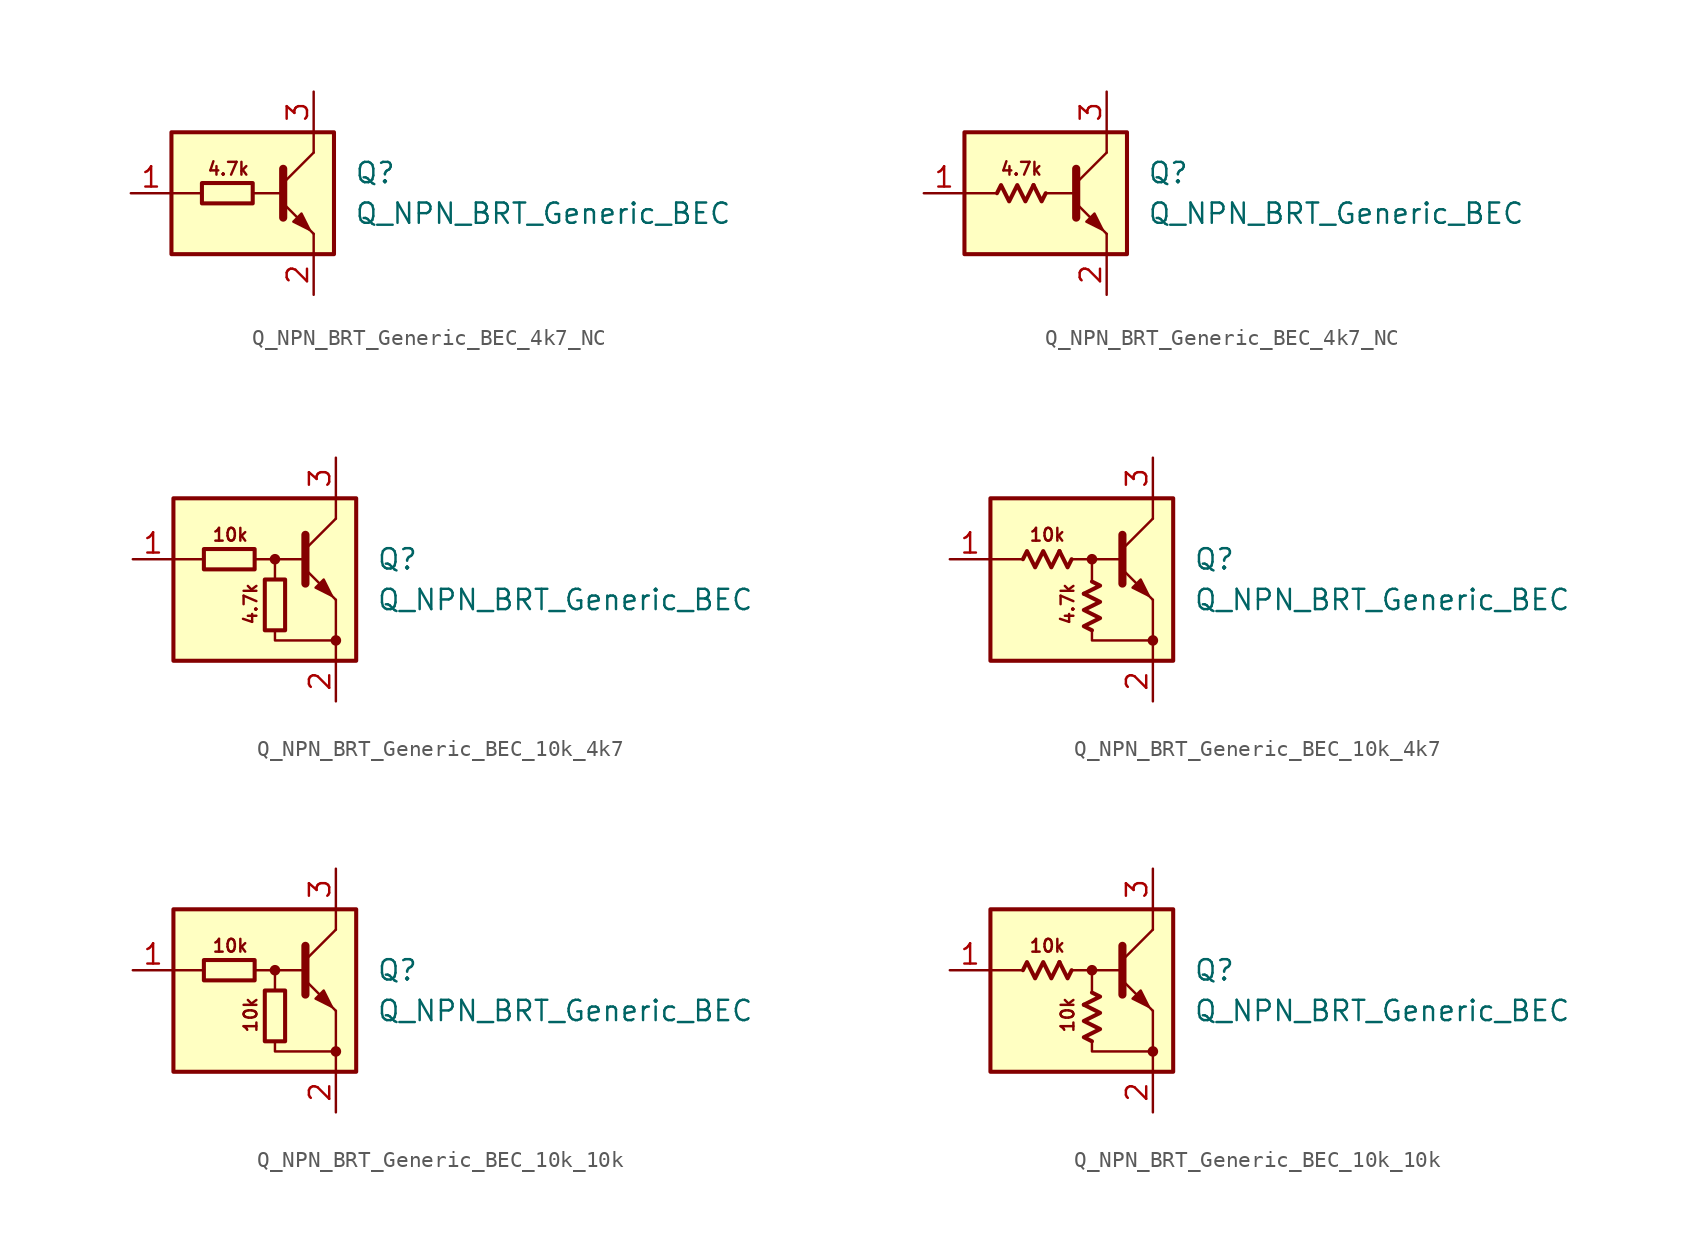
<source format=kicad_sym>
(kicad_symbol_lib
  (version 20220914)
  (generator kicad_symbol_editor)
  (symbol "Q_NPN_BRT_Generic_BEC_4k7_NC"
    (pin_names hide)
    (property "Reference" "Q"
      (at 6.35 1.27 0)
      (effects (font (size 1.27 1.27)) (justify left)))
    (property "Value" "Q_NPN_BRT_Generic_BEC"
      (at 6.35 -1.27 0)
      (effects (font (size 1.27 1.27)) (justify left)))
    (symbol "Q_NPN_BRT_Generic_BEC_4k7_NC_0_1"
      (rectangle (start -3.175 0.635) (end 0 -0.635) (stroke (width 0.254) (type default)) (fill (type none))))
    (symbol "Q_NPN_BRT_Generic_BEC_4k7_NC_0_2"
      (polyline (pts (xy -0.762 0.508) (xy -0.254 -0.508) (xy 0 0)) (stroke (width 0.254) (type default)) (fill (type none)))
      (polyline (pts (xy -3.048 0) (xy -2.794 0.508) (xy -2.286 -0.508) (xy -1.778 0.508) (xy -1.27 -0.508) (xy -0.762 0.508)) (stroke (width 0.254) (type default)) (fill (type none))))
    (symbol "Q_NPN_BRT_Generic_BEC_4k7_NC_1_0"
      (rectangle (start -5.08 3.81) (end 5.08 -3.81) (stroke (width 0.254) (type default)) (fill (type background)))
      (polyline (pts (xy -3.175 0) (xy -5.08 0)) (stroke (width 0) (type default)) (fill (type none)))
      (polyline (pts (xy 0 0) (xy 1.905 0)) (stroke (width 0) (type default)) (fill (type none)))
      (polyline (pts (xy 1.905 0.635) (xy 3.81 2.54)) (stroke (width 0) (type default)) (fill (type none)))
      (polyline (pts (xy 1.905 1.524) (xy 1.905 -1.524)) (stroke (width 0.508) (type default)) (fill (type none)))
      (polyline (pts (xy 3.81 -2.54) (xy 3.81 -3.81)) (stroke (width 0) (type default)) (fill (type none)))
      (polyline (pts (xy 3.81 2.54) (xy 3.81 3.81)) (stroke (width 0) (type default)) (fill (type none)))
      (polyline (pts (xy 1.905 -0.635) (xy 3.81 -2.54) (xy 3.81 -2.54)) (stroke (width 0) (type default)) (fill (type none)))
      (polyline (pts (xy 2.54 -1.778) (xy 3.048 -1.27) (xy 3.556 -2.286) (xy 2.54 -1.778) (xy 2.54 -1.778)) (stroke (width 0) (type default)) (fill (type outline)))
      (text "4.7k" (at -1.524 1.524 0) (effects (font (size 0.8 0.8)))))
    (symbol "Q_NPN_BRT_Generic_BEC_4k7_NC_1_1"
      (pin input line (at -7.62 0 0) (length 2.54) (name "B" (effects (font (size 1.27 1.27)))) (number "1" (effects (font (size 1.27 1.27)))))
      (pin passive line (at 3.81 -6.35 90) (length 2.54) (name "E" (effects (font (size 1.27 1.27)))) (number "2" (effects (font (size 1.27 1.27)))))
      (pin passive line (at 3.81 6.35 270) (length 2.54) (name "C" (effects (font (size 1.27 1.27)))) (number "3" (effects (font (size 1.27 1.27))))))
    (symbol "Q_NPN_BRT_Generic_BEC_4k7_NC_1_2"
      (pin input line (at -7.62 0 0) (length 2.54) (name "B" (effects (font (size 1.27 1.27)))) (number "1" (effects (font (size 1.27 1.27)))))
      (pin passive line (at 3.81 -6.35 90) (length 2.54) (name "E" (effects (font (size 1.27 1.27)))) (number "2" (effects (font (size 1.27 1.27)))))
      (pin passive line (at 3.81 6.35 270) (length 2.54) (name "C" (effects (font (size 1.27 1.27)))) (number "3" (effects (font (size 1.27 1.27)))))))
  (symbol "Q_NPN_BRT_Generic_BEC_10k_4k7"
    (pin_names hide)
    (property "Reference" "Q"
      (at 6.35 1.27 0)
      (effects (font (size 1.27 1.27)) (justify left)))
    (property "Value" "Q_NPN_BRT_Generic_BEC"
      (at 6.35 -1.27 0)
      (effects (font (size 1.27 1.27)) (justify left)))
    (symbol "Q_NPN_BRT_Generic_BEC_10k_4k7_0_1"
      (rectangle (start -4.445 1.905) (end -1.27 0.635) (stroke (width 0.254) (type default)) (fill (type none)))
      (rectangle (start -0.635 0) (end 0.635 -3.175) (stroke (width 0.254) (type default)) (fill (type none))))
    (symbol "Q_NPN_BRT_Generic_BEC_10k_4k7_0_2"
      (polyline (pts (xy -2.032 1.778) (xy -1.524 0.762) (xy -1.27 1.27)) (stroke (width 0.254) (type default)) (fill (type none)))
      (polyline (pts (xy -0.508 -0.889) (xy 0.508 -0.381) (xy 0 -0.127)) (stroke (width 0.254) (type default)) (fill (type none)))
      (polyline (pts (xy -4.318 1.27) (xy -4.064 1.778) (xy -3.556 0.762) (xy -3.048 1.778) (xy -2.54 0.762) (xy -2.032 1.778)) (stroke (width 0.254) (type default)) (fill (type none)))
      (polyline (pts (xy 0 -3.175) (xy -0.508 -2.921) (xy 0.508 -2.413) (xy -0.508 -1.905) (xy 0.508 -1.397) (xy -0.508 -0.889)) (stroke (width 0.254) (type default)) (fill (type none))))
    (symbol "Q_NPN_BRT_Generic_BEC_10k_4k7_1_0"
      (rectangle (start -6.35 5.08) (end 5.08 -5.08) (stroke (width 0.254) (type default)) (fill (type background)))
      (polyline (pts (xy -4.445 1.27) (xy -6.35 1.27)) (stroke (width 0) (type default)) (fill (type none)))
      (polyline (pts (xy -0.254 1.27) (xy 1.905 1.27)) (stroke (width 0) (type default)) (fill (type none)))
      (polyline (pts (xy 1.905 1.905) (xy 3.81 3.81)) (stroke (width 0) (type default)) (fill (type none)))
      (polyline (pts (xy 1.905 2.794) (xy 1.905 -0.254)) (stroke (width 0.508) (type default)) (fill (type none)))
      (polyline (pts (xy 3.81 -3.81) (xy 3.81 -5.08)) (stroke (width 0) (type default)) (fill (type none)))
      (polyline (pts (xy 3.81 -3.81) (xy 3.81 -1.27)) (stroke (width 0) (type default)) (fill (type none)))
      (polyline (pts (xy 3.81 3.81) (xy 3.81 5.08)) (stroke (width 0) (type default)) (fill (type none)))
      (polyline (pts (xy -1.27 1.27) (xy 0 1.27) (xy 0 0)) (stroke (width 0) (type default)) (fill (type none)))
      (polyline (pts (xy 0 -3.175) (xy 0 -3.81) (xy 3.81 -3.81)) (stroke (width 0) (type default)) (fill (type none)))
      (polyline (pts (xy 1.905 0.635) (xy 3.81 -1.27) (xy 3.81 -1.27)) (stroke (width 0) (type default)) (fill (type none)))
      (polyline (pts (xy 2.54 -0.508) (xy 3.048 0) (xy 3.556 -1.016) (xy 2.54 -0.508) (xy 2.54 -0.508)) (stroke (width 0) (type default)) (fill (type outline)))
      (circle (center 0 1.27) (radius 0.254) (stroke (width 0) (type default)) (fill (type outline)))
      (circle (center 3.81 -3.81) (radius 0.254) (stroke (width 0) (type default)) (fill (type outline)))
      (text "10k" (at -2.794 2.794 0) (effects (font (size 0.8 0.8))))
      (text "4.7k" (at -1.524 -1.524 900) (effects (font (size 0.8 0.8)))))
    (symbol "Q_NPN_BRT_Generic_BEC_10k_4k7_1_1"
      (pin input line (at -8.89 1.27 0) (length 2.54) (name "B" (effects (font (size 1.27 1.27)))) (number "1" (effects (font (size 1.27 1.27)))))
      (pin passive line (at 3.81 -7.62 90) (length 2.54) (name "E" (effects (font (size 1.27 1.27)))) (number "2" (effects (font (size 1.27 1.27)))))
      (pin passive line (at 3.81 7.62 270) (length 2.54) (name "C" (effects (font (size 1.27 1.27)))) (number "3" (effects (font (size 1.27 1.27))))))
    (symbol "Q_NPN_BRT_Generic_BEC_10k_4k7_1_2"
      (pin input line (at -8.89 1.27 0) (length 2.54) (name "B" (effects (font (size 1.27 1.27)))) (number "1" (effects (font (size 1.27 1.27)))))
      (pin passive line (at 3.81 -7.62 90) (length 2.54) (name "E" (effects (font (size 1.27 1.27)))) (number "2" (effects (font (size 1.27 1.27)))))
      (pin passive line (at 3.81 7.62 270) (length 2.54) (name "C" (effects (font (size 1.27 1.27)))) (number "3" (effects (font (size 1.27 1.27)))))))
  (symbol "Q_NPN_BRT_Generic_BEC_10k_10k"
    (pin_names hide)
    (property "Reference" "Q"
      (at 6.35 1.27 0)
      (effects (font (size 1.27 1.27)) (justify left)))
    (property "Value" "Q_NPN_BRT_Generic_BEC"
      (at 6.35 -1.27 0)
      (effects (font (size 1.27 1.27)) (justify left)))
    (symbol "Q_NPN_BRT_Generic_BEC_10k_10k_0_1"
      (rectangle (start -4.445 1.905) (end -1.27 0.635) (stroke (width 0.254) (type default)) (fill (type none)))
      (rectangle (start -0.635 0) (end 0.635 -3.175) (stroke (width 0.254) (type default)) (fill (type none))))
    (symbol "Q_NPN_BRT_Generic_BEC_10k_10k_0_2"
      (polyline (pts (xy -2.032 1.778) (xy -1.524 0.762) (xy -1.27 1.27)) (stroke (width 0.254) (type default)) (fill (type none)))
      (polyline (pts (xy -0.508 -0.889) (xy 0.508 -0.381) (xy 0 -0.127)) (stroke (width 0.254) (type default)) (fill (type none)))
      (polyline (pts (xy -4.318 1.27) (xy -4.064 1.778) (xy -3.556 0.762) (xy -3.048 1.778) (xy -2.54 0.762) (xy -2.032 1.778)) (stroke (width 0.254) (type default)) (fill (type none)))
      (polyline (pts (xy 0 -3.175) (xy -0.508 -2.921) (xy 0.508 -2.413) (xy -0.508 -1.905) (xy 0.508 -1.397) (xy -0.508 -0.889)) (stroke (width 0.254) (type default)) (fill (type none))))
    (symbol "Q_NPN_BRT_Generic_BEC_10k_10k_1_0"
      (rectangle (start -6.35 5.08) (end 5.08 -5.08) (stroke (width 0.254) (type default)) (fill (type background)))
      (polyline (pts (xy -4.445 1.27) (xy -6.35 1.27)) (stroke (width 0) (type default)) (fill (type none)))
      (polyline (pts (xy -0.254 1.27) (xy 1.905 1.27)) (stroke (width 0) (type default)) (fill (type none)))
      (polyline (pts (xy 1.905 1.905) (xy 3.81 3.81)) (stroke (width 0) (type default)) (fill (type none)))
      (polyline (pts (xy 1.905 2.794) (xy 1.905 -0.254)) (stroke (width 0.508) (type default)) (fill (type none)))
      (polyline (pts (xy 3.81 -3.81) (xy 3.81 -5.08)) (stroke (width 0) (type default)) (fill (type none)))
      (polyline (pts (xy 3.81 -3.81) (xy 3.81 -1.27)) (stroke (width 0) (type default)) (fill (type none)))
      (polyline (pts (xy 3.81 3.81) (xy 3.81 5.08)) (stroke (width 0) (type default)) (fill (type none)))
      (polyline (pts (xy -1.27 1.27) (xy 0 1.27) (xy 0 0)) (stroke (width 0) (type default)) (fill (type none)))
      (polyline (pts (xy 0 -3.175) (xy 0 -3.81) (xy 3.81 -3.81)) (stroke (width 0) (type default)) (fill (type none)))
      (polyline (pts (xy 1.905 0.635) (xy 3.81 -1.27) (xy 3.81 -1.27)) (stroke (width 0) (type default)) (fill (type none)))
      (polyline (pts (xy 2.54 -0.508) (xy 3.048 0) (xy 3.556 -1.016) (xy 2.54 -0.508) (xy 2.54 -0.508)) (stroke (width 0) (type default)) (fill (type outline)))
      (circle (center 0 1.27) (radius 0.254) (stroke (width 0) (type default)) (fill (type outline)))
      (circle (center 3.81 -3.81) (radius 0.254) (stroke (width 0) (type default)) (fill (type outline)))
      (text "10k" (at -2.794 2.794 0) (effects (font (size 0.8 0.8))))
      (text "10k" (at -1.524 -1.524 900) (effects (font (size 0.8 0.8)))))
    (symbol "Q_NPN_BRT_Generic_BEC_10k_10k_1_1"
      (pin input line (at -8.89 1.27 0) (length 2.54) (name "B" (effects (font (size 1.27 1.27)))) (number "1" (effects (font (size 1.27 1.27)))))
      (pin passive line (at 3.81 -7.62 90) (length 2.54) (name "E" (effects (font (size 1.27 1.27)))) (number "2" (effects (font (size 1.27 1.27)))))
      (pin passive line (at 3.81 7.62 270) (length 2.54) (name "C" (effects (font (size 1.27 1.27)))) (number "3" (effects (font (size 1.27 1.27))))))
    (symbol "Q_NPN_BRT_Generic_BEC_10k_10k_1_2"
      (pin input line (at -8.89 1.27 0) (length 2.54) (name "B" (effects (font (size 1.27 1.27)))) (number "1" (effects (font (size 1.27 1.27)))))
      (pin passive line (at 3.81 -7.62 90) (length 2.54) (name "E" (effects (font (size 1.27 1.27)))) (number "2" (effects (font (size 1.27 1.27)))))
      (pin passive line (at 3.81 7.62 270) (length 2.54) (name "C" (effects (font (size 1.27 1.27)))) (number "3" (effects (font (size 1.27 1.27))))))))
</source>
